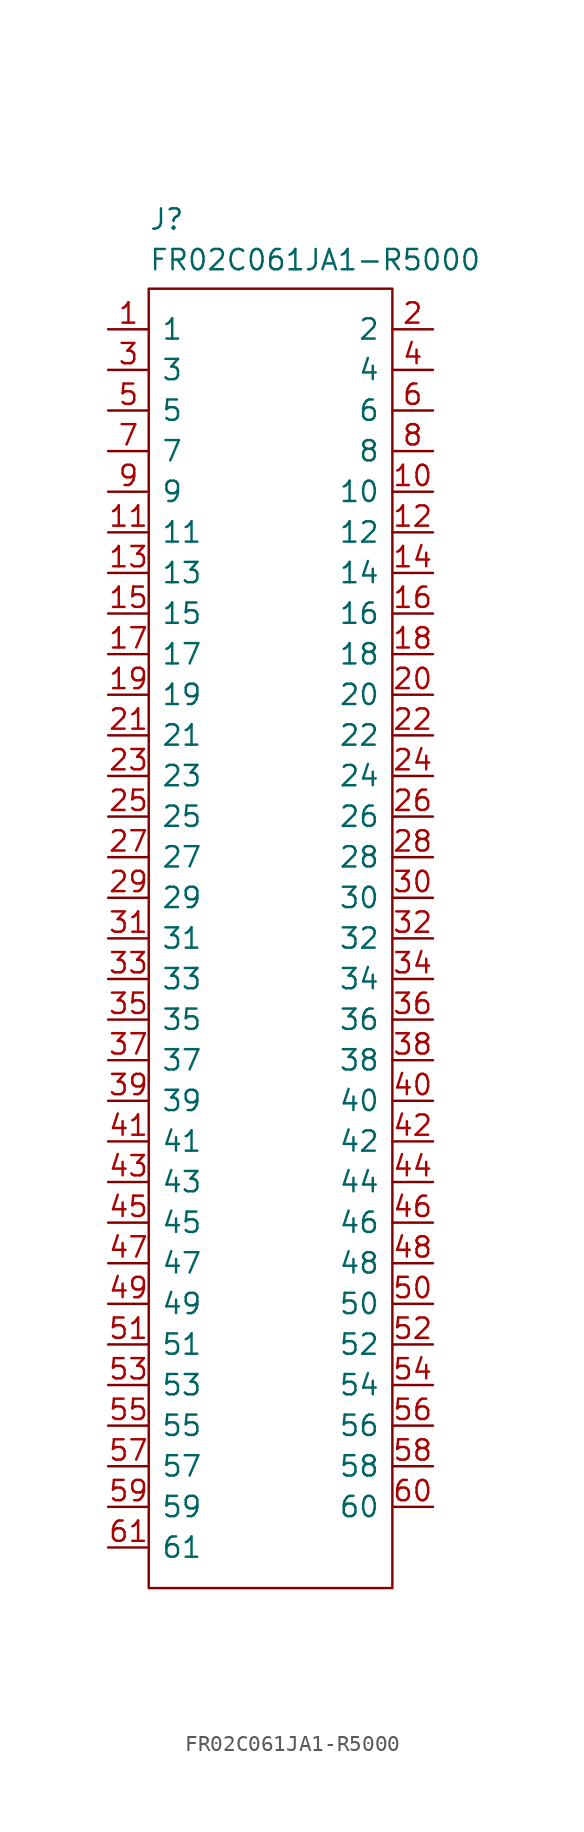
<source format=kicad_sym>
(kicad_symbol_lib
  (version 20241209)
  (generator "kicad_symbol_editor")
  (generator_version "9.0")
  (symbol "FR02C061JA1-R5000"
    (pin_names
      (offset 0.762))
    (property "Reference" "J"
      (at 2.54 7.62 0)
      (effects (font (size 1.27 1.27)) (justify left top)))
    (property "Value" "FR02C061JA1-R5000"
      (at 2.54 5.08 0)
      (effects (font (size 1.27 1.27)) (justify left top)))
    (symbol "FR02C061JA1-R5000_0_0"
      (pin passive line (at 0 0 0) (length 2.54) (name "1" (effects (font (size 1.27 1.27)))) (number "1" (effects (font (size 1.27 1.27)))))
      (pin passive line (at 0 -2.54 0) (length 2.54) (name "3" (effects (font (size 1.27 1.27)))) (number "3" (effects (font (size 1.27 1.27)))))
      (pin passive line (at 0 -5.08 0) (length 2.54) (name "5" (effects (font (size 1.27 1.27)))) (number "5" (effects (font (size 1.27 1.27)))))
      (pin passive line (at 0 -7.62 0) (length 2.54) (name "7" (effects (font (size 1.27 1.27)))) (number "7" (effects (font (size 1.27 1.27)))))
      (pin passive line (at 0 -10.16 0) (length 2.54) (name "9" (effects (font (size 1.27 1.27)))) (number "9" (effects (font (size 1.27 1.27)))))
      (pin passive line (at 0 -12.7 0) (length 2.54) (name "11" (effects (font (size 1.27 1.27)))) (number "11" (effects (font (size 1.27 1.27)))))
      (pin passive line (at 0 -15.24 0) (length 2.54) (name "13" (effects (font (size 1.27 1.27)))) (number "13" (effects (font (size 1.27 1.27)))))
      (pin passive line (at 0 -17.78 0) (length 2.54) (name "15" (effects (font (size 1.27 1.27)))) (number "15" (effects (font (size 1.27 1.27)))))
      (pin passive line (at 0 -20.32 0) (length 2.54) (name "17" (effects (font (size 1.27 1.27)))) (number "17" (effects (font (size 1.27 1.27)))))
      (pin passive line (at 0 -22.86 0) (length 2.54) (name "19" (effects (font (size 1.27 1.27)))) (number "19" (effects (font (size 1.27 1.27)))))
      (pin passive line (at 0 -25.4 0) (length 2.54) (name "21" (effects (font (size 1.27 1.27)))) (number "21" (effects (font (size 1.27 1.27)))))
      (pin passive line (at 0 -27.94 0) (length 2.54) (name "23" (effects (font (size 1.27 1.27)))) (number "23" (effects (font (size 1.27 1.27)))))
      (pin passive line (at 0 -30.48 0) (length 2.54) (name "25" (effects (font (size 1.27 1.27)))) (number "25" (effects (font (size 1.27 1.27)))))
      (pin passive line (at 0 -33.02 0) (length 2.54) (name "27" (effects (font (size 1.27 1.27)))) (number "27" (effects (font (size 1.27 1.27)))))
      (pin passive line (at 0 -35.56 0) (length 2.54) (name "29" (effects (font (size 1.27 1.27)))) (number "29" (effects (font (size 1.27 1.27)))))
      (pin passive line (at 0 -38.1 0) (length 2.54) (name "31" (effects (font (size 1.27 1.27)))) (number "31" (effects (font (size 1.27 1.27)))))
      (pin passive line (at 0 -40.64 0) (length 2.54) (name "33" (effects (font (size 1.27 1.27)))) (number "33" (effects (font (size 1.27 1.27)))))
      (pin passive line (at 0 -43.18 0) (length 2.54) (name "35" (effects (font (size 1.27 1.27)))) (number "35" (effects (font (size 1.27 1.27)))))
      (pin passive line (at 0 -45.72 0) (length 2.54) (name "37" (effects (font (size 1.27 1.27)))) (number "37" (effects (font (size 1.27 1.27)))))
      (pin passive line (at 0 -48.26 0) (length 2.54) (name "39" (effects (font (size 1.27 1.27)))) (number "39" (effects (font (size 1.27 1.27)))))
      (pin passive line (at 0 -50.8 0) (length 2.54) (name "41" (effects (font (size 1.27 1.27)))) (number "41" (effects (font (size 1.27 1.27)))))
      (pin passive line (at 0 -53.34 0) (length 2.54) (name "43" (effects (font (size 1.27 1.27)))) (number "43" (effects (font (size 1.27 1.27)))))
      (pin passive line (at 0 -55.88 0) (length 2.54) (name "45" (effects (font (size 1.27 1.27)))) (number "45" (effects (font (size 1.27 1.27)))))
      (pin passive line (at 0 -58.42 0) (length 2.54) (name "47" (effects (font (size 1.27 1.27)))) (number "47" (effects (font (size 1.27 1.27)))))
      (pin passive line (at 0 -60.96 0) (length 2.54) (name "49" (effects (font (size 1.27 1.27)))) (number "49" (effects (font (size 1.27 1.27)))))
      (pin passive line (at 0 -63.5 0) (length 2.54) (name "51" (effects (font (size 1.27 1.27)))) (number "51" (effects (font (size 1.27 1.27)))))
      (pin passive line (at 0 -66.04 0) (length 2.54) (name "53" (effects (font (size 1.27 1.27)))) (number "53" (effects (font (size 1.27 1.27)))))
      (pin passive line (at 0 -68.58 0) (length 2.54) (name "55" (effects (font (size 1.27 1.27)))) (number "55" (effects (font (size 1.27 1.27)))))
      (pin passive line (at 0 -71.12 0) (length 2.54) (name "57" (effects (font (size 1.27 1.27)))) (number "57" (effects (font (size 1.27 1.27)))))
      (pin passive line (at 0 -73.66 0) (length 2.54) (name "59" (effects (font (size 1.27 1.27)))) (number "59" (effects (font (size 1.27 1.27)))))
      (pin passive line (at 0 -76.2 0) (length 2.54) (name "61" (effects (font (size 1.27 1.27)))) (number "61" (effects (font (size 1.27 1.27)))))
      (pin passive line (at 20.32 0 180) (length 2.54) (name "2" (effects (font (size 1.27 1.27)))) (number "2" (effects (font (size 1.27 1.27)))))
      (pin passive line (at 20.32 -2.54 180) (length 2.54) (name "4" (effects (font (size 1.27 1.27)))) (number "4" (effects (font (size 1.27 1.27)))))
      (pin passive line (at 20.32 -5.08 180) (length 2.54) (name "6" (effects (font (size 1.27 1.27)))) (number "6" (effects (font (size 1.27 1.27)))))
      (pin passive line (at 20.32 -7.62 180) (length 2.54) (name "8" (effects (font (size 1.27 1.27)))) (number "8" (effects (font (size 1.27 1.27)))))
      (pin passive line (at 20.32 -10.16 180) (length 2.54) (name "10" (effects (font (size 1.27 1.27)))) (number "10" (effects (font (size 1.27 1.27)))))
      (pin passive line (at 20.32 -12.7 180) (length 2.54) (name "12" (effects (font (size 1.27 1.27)))) (number "12" (effects (font (size 1.27 1.27)))))
      (pin passive line (at 20.32 -15.24 180) (length 2.54) (name "14" (effects (font (size 1.27 1.27)))) (number "14" (effects (font (size 1.27 1.27)))))
      (pin passive line (at 20.32 -17.78 180) (length 2.54) (name "16" (effects (font (size 1.27 1.27)))) (number "16" (effects (font (size 1.27 1.27)))))
      (pin passive line (at 20.32 -20.32 180) (length 2.54) (name "18" (effects (font (size 1.27 1.27)))) (number "18" (effects (font (size 1.27 1.27)))))
      (pin passive line (at 20.32 -22.86 180) (length 2.54) (name "20" (effects (font (size 1.27 1.27)))) (number "20" (effects (font (size 1.27 1.27)))))
      (pin passive line (at 20.32 -25.4 180) (length 2.54) (name "22" (effects (font (size 1.27 1.27)))) (number "22" (effects (font (size 1.27 1.27)))))
      (pin passive line (at 20.32 -27.94 180) (length 2.54) (name "24" (effects (font (size 1.27 1.27)))) (number "24" (effects (font (size 1.27 1.27)))))
      (pin passive line (at 20.32 -30.48 180) (length 2.54) (name "26" (effects (font (size 1.27 1.27)))) (number "26" (effects (font (size 1.27 1.27)))))
      (pin passive line (at 20.32 -33.02 180) (length 2.54) (name "28" (effects (font (size 1.27 1.27)))) (number "28" (effects (font (size 1.27 1.27)))))
      (pin passive line (at 20.32 -35.56 180) (length 2.54) (name "30" (effects (font (size 1.27 1.27)))) (number "30" (effects (font (size 1.27 1.27)))))
      (pin passive line (at 20.32 -38.1 180) (length 2.54) (name "32" (effects (font (size 1.27 1.27)))) (number "32" (effects (font (size 1.27 1.27)))))
      (pin passive line (at 20.32 -40.64 180) (length 2.54) (name "34" (effects (font (size 1.27 1.27)))) (number "34" (effects (font (size 1.27 1.27)))))
      (pin passive line (at 20.32 -43.18 180) (length 2.54) (name "36" (effects (font (size 1.27 1.27)))) (number "36" (effects (font (size 1.27 1.27)))))
      (pin passive line (at 20.32 -45.72 180) (length 2.54) (name "38" (effects (font (size 1.27 1.27)))) (number "38" (effects (font (size 1.27 1.27)))))
      (pin passive line (at 20.32 -48.26 180) (length 2.54) (name "40" (effects (font (size 1.27 1.27)))) (number "40" (effects (font (size 1.27 1.27)))))
      (pin passive line (at 20.32 -50.8 180) (length 2.54) (name "42" (effects (font (size 1.27 1.27)))) (number "42" (effects (font (size 1.27 1.27)))))
      (pin passive line (at 20.32 -53.34 180) (length 2.54) (name "44" (effects (font (size 1.27 1.27)))) (number "44" (effects (font (size 1.27 1.27)))))
      (pin passive line (at 20.32 -55.88 180) (length 2.54) (name "46" (effects (font (size 1.27 1.27)))) (number "46" (effects (font (size 1.27 1.27)))))
      (pin passive line (at 20.32 -58.42 180) (length 2.54) (name "48" (effects (font (size 1.27 1.27)))) (number "48" (effects (font (size 1.27 1.27)))))
      (pin passive line (at 20.32 -60.96 180) (length 2.54) (name "50" (effects (font (size 1.27 1.27)))) (number "50" (effects (font (size 1.27 1.27)))))
      (pin passive line (at 20.32 -63.5 180) (length 2.54) (name "52" (effects (font (size 1.27 1.27)))) (number "52" (effects (font (size 1.27 1.27)))))
      (pin passive line (at 20.32 -66.04 180) (length 2.54) (name "54" (effects (font (size 1.27 1.27)))) (number "54" (effects (font (size 1.27 1.27)))))
      (pin passive line (at 20.32 -68.58 180) (length 2.54) (name "56" (effects (font (size 1.27 1.27)))) (number "56" (effects (font (size 1.27 1.27)))))
      (pin passive line (at 20.32 -71.12 180) (length 2.54) (name "58" (effects (font (size 1.27 1.27)))) (number "58" (effects (font (size 1.27 1.27)))))
      (pin passive line (at 20.32 -73.66 180) (length 2.54) (name "60" (effects (font (size 1.27 1.27)))) (number "60" (effects (font (size 1.27 1.27))))))
    (symbol "FR02C061JA1-R5000_0_1"
      (polyline (pts (xy 2.54 2.54) (xy 17.78 2.54) (xy 17.78 -78.74) (xy 2.54 -78.74) (xy 2.54 2.54)) (stroke (width 0.152) (type default)) (fill (type none))))))
</source>
